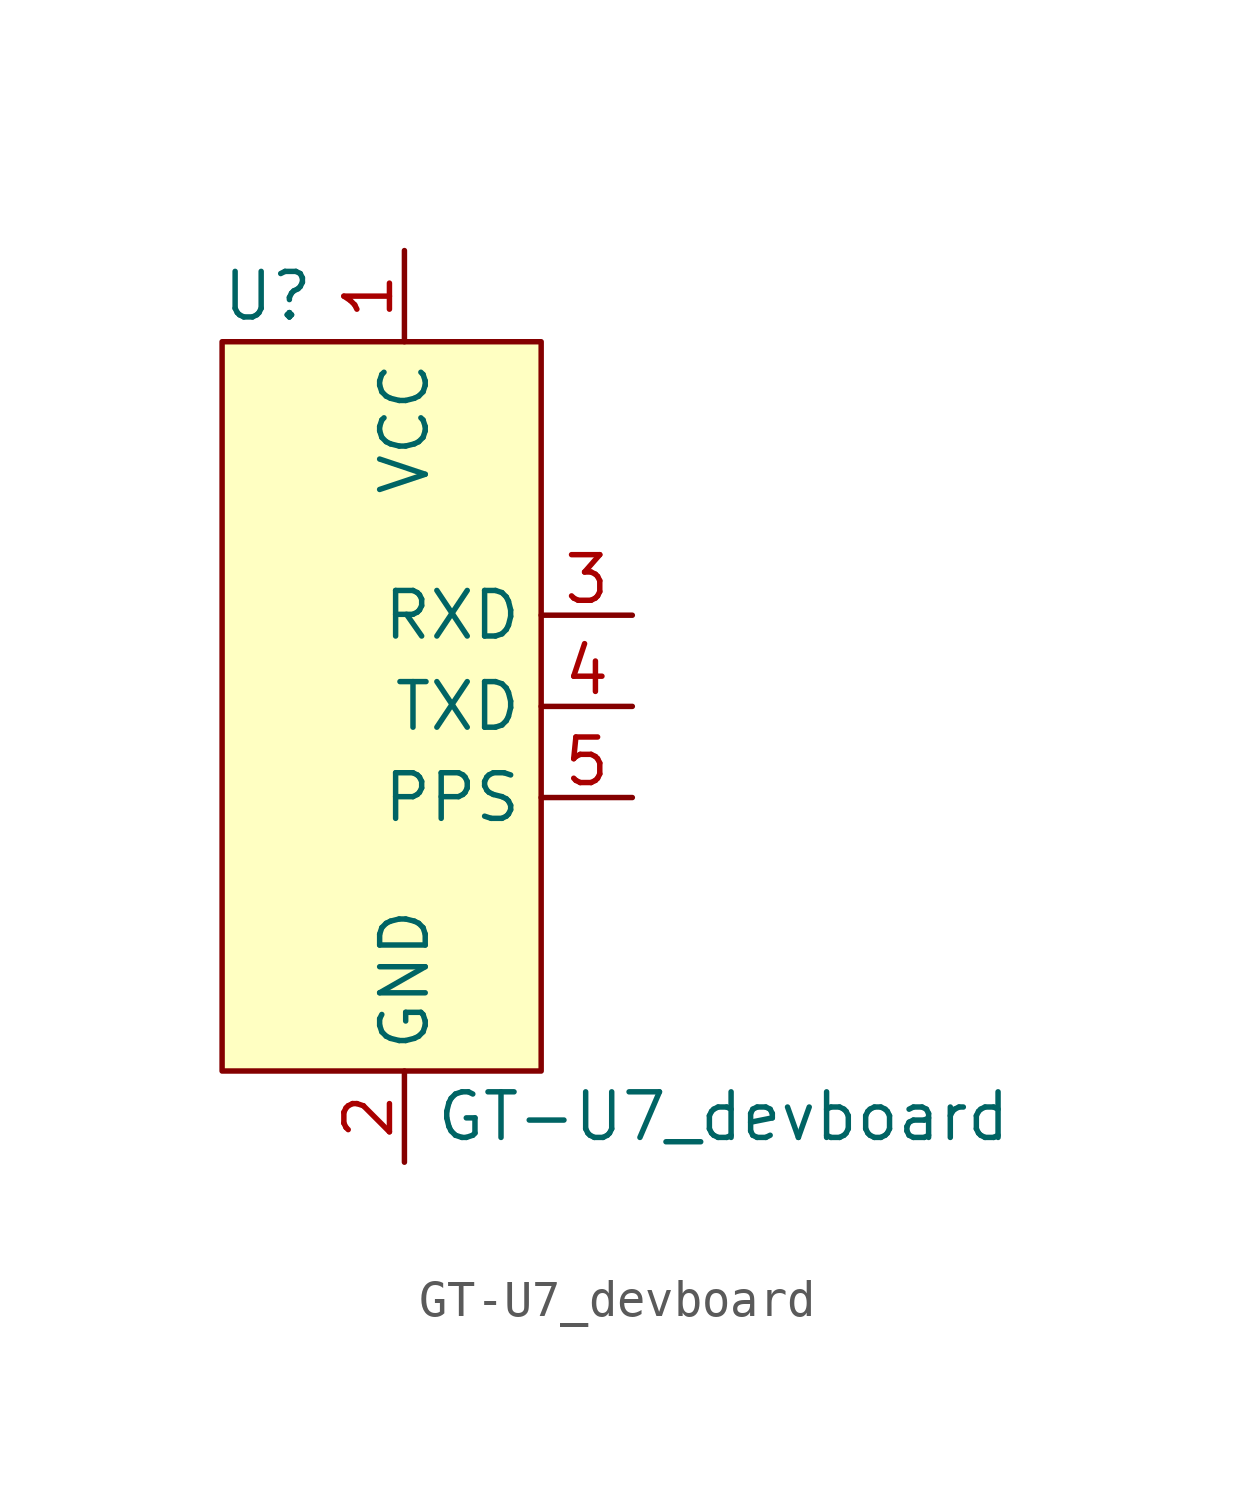
<source format=kicad_sym>
(kicad_symbol_lib
  (version 20211014)
  (generator kicad_symbol_editor)
  (symbol "GT-U7_devboard"
    (property "Reference" "U"
      (at -16.51 2.54 0)
      (effects (font (size 1.27 1.27))))
    (property "Value" "GT-U7_devboard"
      (at -3.81 -20.32 0)
      (effects (font (size 1.27 1.27))))
    (symbol "GT-U7_devboard_0_1"
      (rectangle (start -17.78 1.27) (end -8.89 -19.05) (stroke (width 0) (type default) (color 0 0 0 0)) (fill (type background))))
    (symbol "GT-U7_devboard_1_1"
      (pin power_in line (at -12.7 3.81 270) (length 2.54) (name "VCC" (effects (font (size 1.27 1.27)))) (number "1" (effects (font (size 1.27 1.27)))))
      (pin power_in line (at -12.7 -21.59 90) (length 2.54) (name "GND" (effects (font (size 1.27 1.27)))) (number "2" (effects (font (size 1.27 1.27)))))
      (pin input line (at -6.35 -6.35 180) (length 2.54) (name "RXD" (effects (font (size 1.27 1.27)))) (number "3" (effects (font (size 1.27 1.27)))))
      (pin output line (at -6.35 -8.89 180) (length 2.54) (name "TXD" (effects (font (size 1.27 1.27)))) (number "4" (effects (font (size 1.27 1.27)))))
      (pin output line (at -6.35 -11.43 180) (length 2.54) (name "PPS" (effects (font (size 1.27 1.27)))) (number "5" (effects (font (size 1.27 1.27))))))))
</source>
